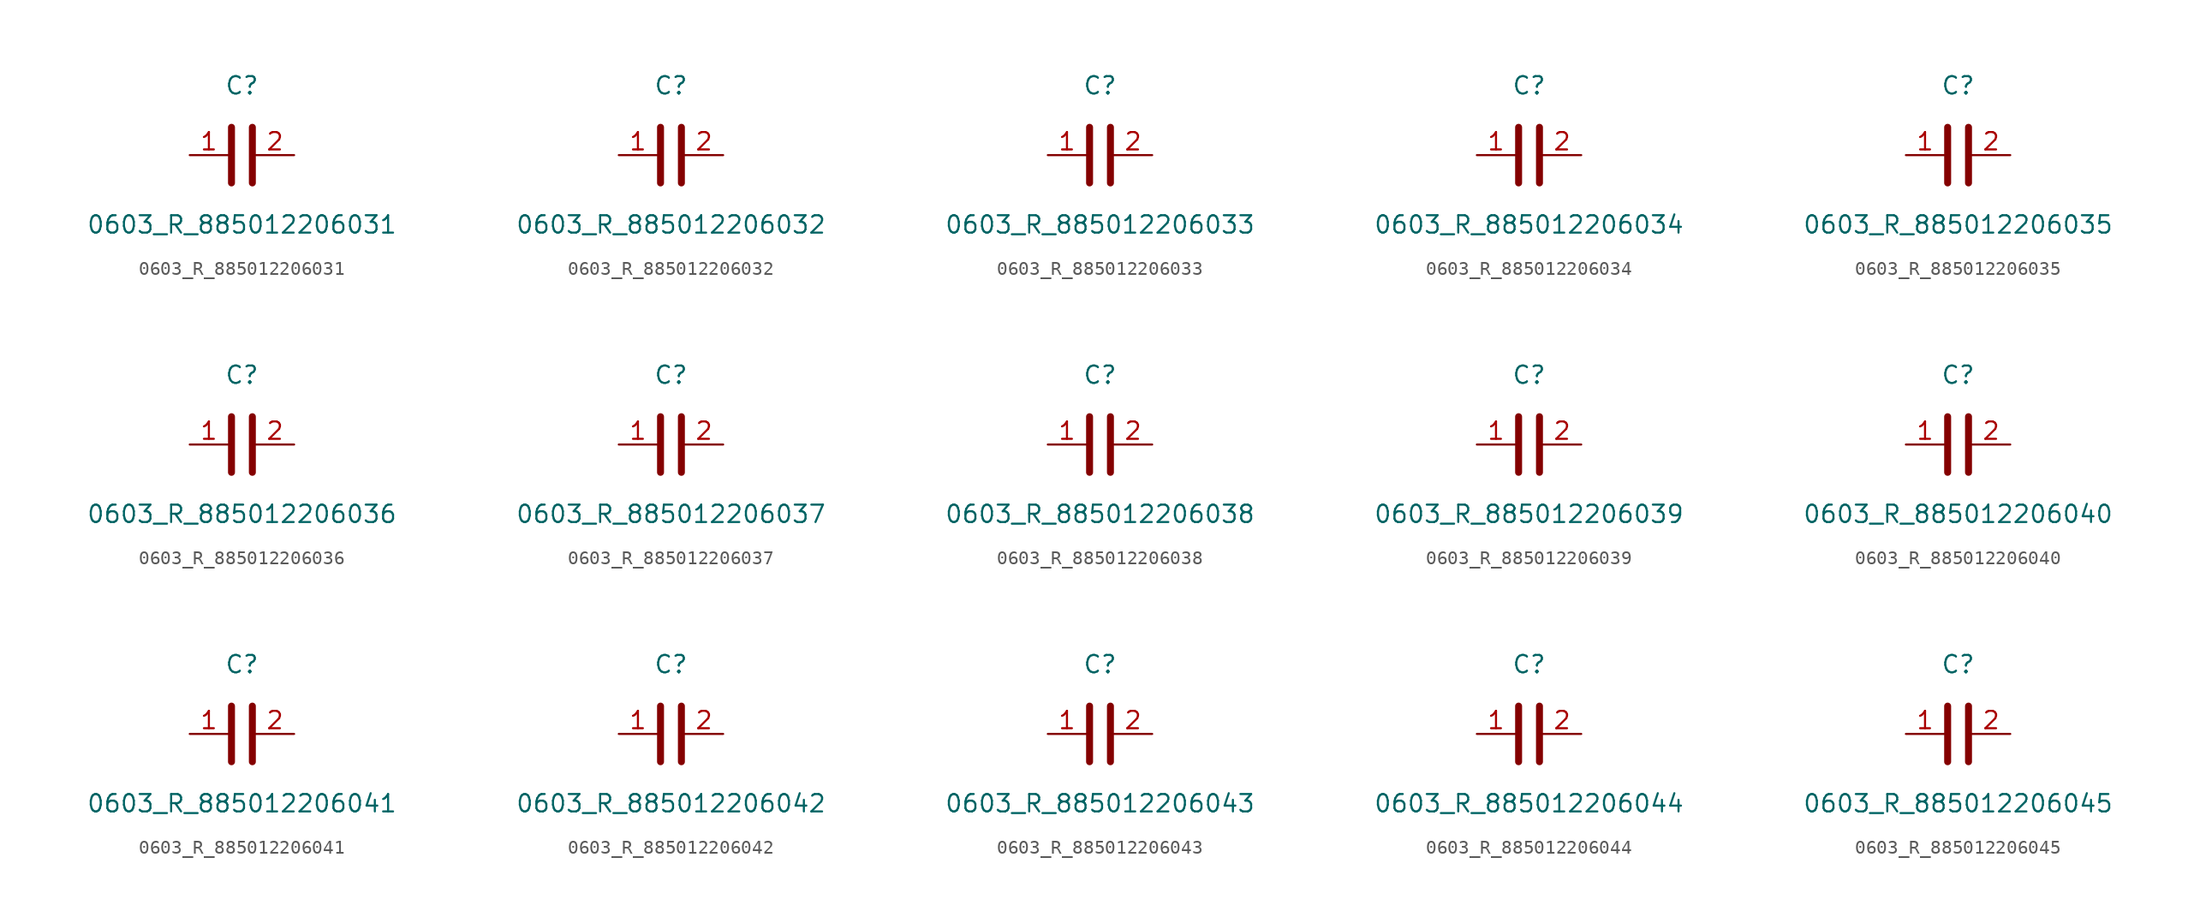
<source format=kicad_sym>
(kicad_symbol_lib
  (version 20220914)
  (generator kicad_symbol_editor)
  (symbol "0603_R_885012206031"
    (pin_names hide)
    (property "Reference" "C"
      (at 0 5.08 0)
      (effects (font (size 1.27 1.27))))
    (property "Value" "0603_R_885012206031"
      (at 0 -5.08 0)
      (effects (font (size 1.27 1.27))))
    (symbol "0603_R_885012206031_0_1"
      (polyline (pts (xy -0.762 -2.032) (xy -0.762 2.032)) (stroke (width 0.508) (type default)) (fill (type none)))
      (polyline (pts (xy 0.762 -2.032) (xy 0.762 2.032)) (stroke (width 0.508) (type default)) (fill (type none))))
    (symbol "0603_R_885012206031_1_1"
      (pin passive line (at -3.81 0 0) (length 2.794) (name "1" (effects (font (size 1.27 1.27)))) (number "1" (effects (font (size 1.27 1.27)))))
      (pin passive line (at 3.81 0 180) (length 2.794) (name "2" (effects (font (size 1.27 1.27)))) (number "2" (effects (font (size 1.27 1.27)))))))
  (symbol "0603_R_885012206032"
    (pin_names hide)
    (property "Reference" "C"
      (at 0 5.08 0)
      (effects (font (size 1.27 1.27))))
    (property "Value" "0603_R_885012206032"
      (at 0 -5.08 0)
      (effects (font (size 1.27 1.27))))
    (symbol "0603_R_885012206032_0_1"
      (polyline (pts (xy -0.762 -2.032) (xy -0.762 2.032)) (stroke (width 0.508) (type default)) (fill (type none)))
      (polyline (pts (xy 0.762 -2.032) (xy 0.762 2.032)) (stroke (width 0.508) (type default)) (fill (type none))))
    (symbol "0603_R_885012206032_1_1"
      (pin passive line (at -3.81 0 0) (length 2.794) (name "1" (effects (font (size 1.27 1.27)))) (number "1" (effects (font (size 1.27 1.27)))))
      (pin passive line (at 3.81 0 180) (length 2.794) (name "2" (effects (font (size 1.27 1.27)))) (number "2" (effects (font (size 1.27 1.27)))))))
  (symbol "0603_R_885012206033"
    (pin_names hide)
    (property "Reference" "C"
      (at 0 5.08 0)
      (effects (font (size 1.27 1.27))))
    (property "Value" "0603_R_885012206033"
      (at 0 -5.08 0)
      (effects (font (size 1.27 1.27))))
    (symbol "0603_R_885012206033_0_1"
      (polyline (pts (xy -0.762 -2.032) (xy -0.762 2.032)) (stroke (width 0.508) (type default)) (fill (type none)))
      (polyline (pts (xy 0.762 -2.032) (xy 0.762 2.032)) (stroke (width 0.508) (type default)) (fill (type none))))
    (symbol "0603_R_885012206033_1_1"
      (pin passive line (at -3.81 0 0) (length 2.794) (name "1" (effects (font (size 1.27 1.27)))) (number "1" (effects (font (size 1.27 1.27)))))
      (pin passive line (at 3.81 0 180) (length 2.794) (name "2" (effects (font (size 1.27 1.27)))) (number "2" (effects (font (size 1.27 1.27)))))))
  (symbol "0603_R_885012206034"
    (pin_names hide)
    (property "Reference" "C"
      (at 0 5.08 0)
      (effects (font (size 1.27 1.27))))
    (property "Value" "0603_R_885012206034"
      (at 0 -5.08 0)
      (effects (font (size 1.27 1.27))))
    (symbol "0603_R_885012206034_0_1"
      (polyline (pts (xy -0.762 -2.032) (xy -0.762 2.032)) (stroke (width 0.508) (type default)) (fill (type none)))
      (polyline (pts (xy 0.762 -2.032) (xy 0.762 2.032)) (stroke (width 0.508) (type default)) (fill (type none))))
    (symbol "0603_R_885012206034_1_1"
      (pin passive line (at -3.81 0 0) (length 2.794) (name "1" (effects (font (size 1.27 1.27)))) (number "1" (effects (font (size 1.27 1.27)))))
      (pin passive line (at 3.81 0 180) (length 2.794) (name "2" (effects (font (size 1.27 1.27)))) (number "2" (effects (font (size 1.27 1.27)))))))
  (symbol "0603_R_885012206035"
    (pin_names hide)
    (property "Reference" "C"
      (at 0 5.08 0)
      (effects (font (size 1.27 1.27))))
    (property "Value" "0603_R_885012206035"
      (at 0 -5.08 0)
      (effects (font (size 1.27 1.27))))
    (symbol "0603_R_885012206035_0_1"
      (polyline (pts (xy -0.762 -2.032) (xy -0.762 2.032)) (stroke (width 0.508) (type default)) (fill (type none)))
      (polyline (pts (xy 0.762 -2.032) (xy 0.762 2.032)) (stroke (width 0.508) (type default)) (fill (type none))))
    (symbol "0603_R_885012206035_1_1"
      (pin passive line (at -3.81 0 0) (length 2.794) (name "1" (effects (font (size 1.27 1.27)))) (number "1" (effects (font (size 1.27 1.27)))))
      (pin passive line (at 3.81 0 180) (length 2.794) (name "2" (effects (font (size 1.27 1.27)))) (number "2" (effects (font (size 1.27 1.27)))))))
  (symbol "0603_R_885012206036"
    (pin_names hide)
    (property "Reference" "C"
      (at 0 5.08 0)
      (effects (font (size 1.27 1.27))))
    (property "Value" "0603_R_885012206036"
      (at 0 -5.08 0)
      (effects (font (size 1.27 1.27))))
    (symbol "0603_R_885012206036_0_1"
      (polyline (pts (xy -0.762 -2.032) (xy -0.762 2.032)) (stroke (width 0.508) (type default)) (fill (type none)))
      (polyline (pts (xy 0.762 -2.032) (xy 0.762 2.032)) (stroke (width 0.508) (type default)) (fill (type none))))
    (symbol "0603_R_885012206036_1_1"
      (pin passive line (at -3.81 0 0) (length 2.794) (name "1" (effects (font (size 1.27 1.27)))) (number "1" (effects (font (size 1.27 1.27)))))
      (pin passive line (at 3.81 0 180) (length 2.794) (name "2" (effects (font (size 1.27 1.27)))) (number "2" (effects (font (size 1.27 1.27)))))))
  (symbol "0603_R_885012206037"
    (pin_names hide)
    (property "Reference" "C"
      (at 0 5.08 0)
      (effects (font (size 1.27 1.27))))
    (property "Value" "0603_R_885012206037"
      (at 0 -5.08 0)
      (effects (font (size 1.27 1.27))))
    (symbol "0603_R_885012206037_0_1"
      (polyline (pts (xy -0.762 -2.032) (xy -0.762 2.032)) (stroke (width 0.508) (type default)) (fill (type none)))
      (polyline (pts (xy 0.762 -2.032) (xy 0.762 2.032)) (stroke (width 0.508) (type default)) (fill (type none))))
    (symbol "0603_R_885012206037_1_1"
      (pin passive line (at -3.81 0 0) (length 2.794) (name "1" (effects (font (size 1.27 1.27)))) (number "1" (effects (font (size 1.27 1.27)))))
      (pin passive line (at 3.81 0 180) (length 2.794) (name "2" (effects (font (size 1.27 1.27)))) (number "2" (effects (font (size 1.27 1.27)))))))
  (symbol "0603_R_885012206038"
    (pin_names hide)
    (property "Reference" "C"
      (at 0 5.08 0)
      (effects (font (size 1.27 1.27))))
    (property "Value" "0603_R_885012206038"
      (at 0 -5.08 0)
      (effects (font (size 1.27 1.27))))
    (symbol "0603_R_885012206038_0_1"
      (polyline (pts (xy -0.762 -2.032) (xy -0.762 2.032)) (stroke (width 0.508) (type default)) (fill (type none)))
      (polyline (pts (xy 0.762 -2.032) (xy 0.762 2.032)) (stroke (width 0.508) (type default)) (fill (type none))))
    (symbol "0603_R_885012206038_1_1"
      (pin passive line (at -3.81 0 0) (length 2.794) (name "1" (effects (font (size 1.27 1.27)))) (number "1" (effects (font (size 1.27 1.27)))))
      (pin passive line (at 3.81 0 180) (length 2.794) (name "2" (effects (font (size 1.27 1.27)))) (number "2" (effects (font (size 1.27 1.27)))))))
  (symbol "0603_R_885012206039"
    (pin_names hide)
    (property "Reference" "C"
      (at 0 5.08 0)
      (effects (font (size 1.27 1.27))))
    (property "Value" "0603_R_885012206039"
      (at 0 -5.08 0)
      (effects (font (size 1.27 1.27))))
    (symbol "0603_R_885012206039_0_1"
      (polyline (pts (xy -0.762 -2.032) (xy -0.762 2.032)) (stroke (width 0.508) (type default)) (fill (type none)))
      (polyline (pts (xy 0.762 -2.032) (xy 0.762 2.032)) (stroke (width 0.508) (type default)) (fill (type none))))
    (symbol "0603_R_885012206039_1_1"
      (pin passive line (at -3.81 0 0) (length 2.794) (name "1" (effects (font (size 1.27 1.27)))) (number "1" (effects (font (size 1.27 1.27)))))
      (pin passive line (at 3.81 0 180) (length 2.794) (name "2" (effects (font (size 1.27 1.27)))) (number "2" (effects (font (size 1.27 1.27)))))))
  (symbol "0603_R_885012206040"
    (pin_names hide)
    (property "Reference" "C"
      (at 0 5.08 0)
      (effects (font (size 1.27 1.27))))
    (property "Value" "0603_R_885012206040"
      (at 0 -5.08 0)
      (effects (font (size 1.27 1.27))))
    (symbol "0603_R_885012206040_0_1"
      (polyline (pts (xy -0.762 -2.032) (xy -0.762 2.032)) (stroke (width 0.508) (type default)) (fill (type none)))
      (polyline (pts (xy 0.762 -2.032) (xy 0.762 2.032)) (stroke (width 0.508) (type default)) (fill (type none))))
    (symbol "0603_R_885012206040_1_1"
      (pin passive line (at -3.81 0 0) (length 2.794) (name "1" (effects (font (size 1.27 1.27)))) (number "1" (effects (font (size 1.27 1.27)))))
      (pin passive line (at 3.81 0 180) (length 2.794) (name "2" (effects (font (size 1.27 1.27)))) (number "2" (effects (font (size 1.27 1.27)))))))
  (symbol "0603_R_885012206041"
    (pin_names hide)
    (property "Reference" "C"
      (at 0 5.08 0)
      (effects (font (size 1.27 1.27))))
    (property "Value" "0603_R_885012206041"
      (at 0 -5.08 0)
      (effects (font (size 1.27 1.27))))
    (symbol "0603_R_885012206041_0_1"
      (polyline (pts (xy -0.762 -2.032) (xy -0.762 2.032)) (stroke (width 0.508) (type default)) (fill (type none)))
      (polyline (pts (xy 0.762 -2.032) (xy 0.762 2.032)) (stroke (width 0.508) (type default)) (fill (type none))))
    (symbol "0603_R_885012206041_1_1"
      (pin passive line (at -3.81 0 0) (length 2.794) (name "1" (effects (font (size 1.27 1.27)))) (number "1" (effects (font (size 1.27 1.27)))))
      (pin passive line (at 3.81 0 180) (length 2.794) (name "2" (effects (font (size 1.27 1.27)))) (number "2" (effects (font (size 1.27 1.27)))))))
  (symbol "0603_R_885012206042"
    (pin_names hide)
    (property "Reference" "C"
      (at 0 5.08 0)
      (effects (font (size 1.27 1.27))))
    (property "Value" "0603_R_885012206042"
      (at 0 -5.08 0)
      (effects (font (size 1.27 1.27))))
    (symbol "0603_R_885012206042_0_1"
      (polyline (pts (xy -0.762 -2.032) (xy -0.762 2.032)) (stroke (width 0.508) (type default)) (fill (type none)))
      (polyline (pts (xy 0.762 -2.032) (xy 0.762 2.032)) (stroke (width 0.508) (type default)) (fill (type none))))
    (symbol "0603_R_885012206042_1_1"
      (pin passive line (at -3.81 0 0) (length 2.794) (name "1" (effects (font (size 1.27 1.27)))) (number "1" (effects (font (size 1.27 1.27)))))
      (pin passive line (at 3.81 0 180) (length 2.794) (name "2" (effects (font (size 1.27 1.27)))) (number "2" (effects (font (size 1.27 1.27)))))))
  (symbol "0603_R_885012206043"
    (pin_names hide)
    (property "Reference" "C"
      (at 0 5.08 0)
      (effects (font (size 1.27 1.27))))
    (property "Value" "0603_R_885012206043"
      (at 0 -5.08 0)
      (effects (font (size 1.27 1.27))))
    (symbol "0603_R_885012206043_0_1"
      (polyline (pts (xy -0.762 -2.032) (xy -0.762 2.032)) (stroke (width 0.508) (type default)) (fill (type none)))
      (polyline (pts (xy 0.762 -2.032) (xy 0.762 2.032)) (stroke (width 0.508) (type default)) (fill (type none))))
    (symbol "0603_R_885012206043_1_1"
      (pin passive line (at -3.81 0 0) (length 2.794) (name "1" (effects (font (size 1.27 1.27)))) (number "1" (effects (font (size 1.27 1.27)))))
      (pin passive line (at 3.81 0 180) (length 2.794) (name "2" (effects (font (size 1.27 1.27)))) (number "2" (effects (font (size 1.27 1.27)))))))
  (symbol "0603_R_885012206044"
    (pin_names hide)
    (property "Reference" "C"
      (at 0 5.08 0)
      (effects (font (size 1.27 1.27))))
    (property "Value" "0603_R_885012206044"
      (at 0 -5.08 0)
      (effects (font (size 1.27 1.27))))
    (symbol "0603_R_885012206044_0_1"
      (polyline (pts (xy -0.762 -2.032) (xy -0.762 2.032)) (stroke (width 0.508) (type default)) (fill (type none)))
      (polyline (pts (xy 0.762 -2.032) (xy 0.762 2.032)) (stroke (width 0.508) (type default)) (fill (type none))))
    (symbol "0603_R_885012206044_1_1"
      (pin passive line (at -3.81 0 0) (length 2.794) (name "1" (effects (font (size 1.27 1.27)))) (number "1" (effects (font (size 1.27 1.27)))))
      (pin passive line (at 3.81 0 180) (length 2.794) (name "2" (effects (font (size 1.27 1.27)))) (number "2" (effects (font (size 1.27 1.27)))))))
  (symbol "0603_R_885012206045"
    (pin_names hide)
    (property "Reference" "C"
      (at 0 5.08 0)
      (effects (font (size 1.27 1.27))))
    (property "Value" "0603_R_885012206045"
      (at 0 -5.08 0)
      (effects (font (size 1.27 1.27))))
    (symbol "0603_R_885012206045_0_1"
      (polyline (pts (xy -0.762 -2.032) (xy -0.762 2.032)) (stroke (width 0.508) (type default)) (fill (type none)))
      (polyline (pts (xy 0.762 -2.032) (xy 0.762 2.032)) (stroke (width 0.508) (type default)) (fill (type none))))
    (symbol "0603_R_885012206045_1_1"
      (pin passive line (at -3.81 0 0) (length 2.794) (name "1" (effects (font (size 1.27 1.27)))) (number "1" (effects (font (size 1.27 1.27)))))
      (pin passive line (at 3.81 0 180) (length 2.794) (name "2" (effects (font (size 1.27 1.27)))) (number "2" (effects (font (size 1.27 1.27))))))))
</source>
